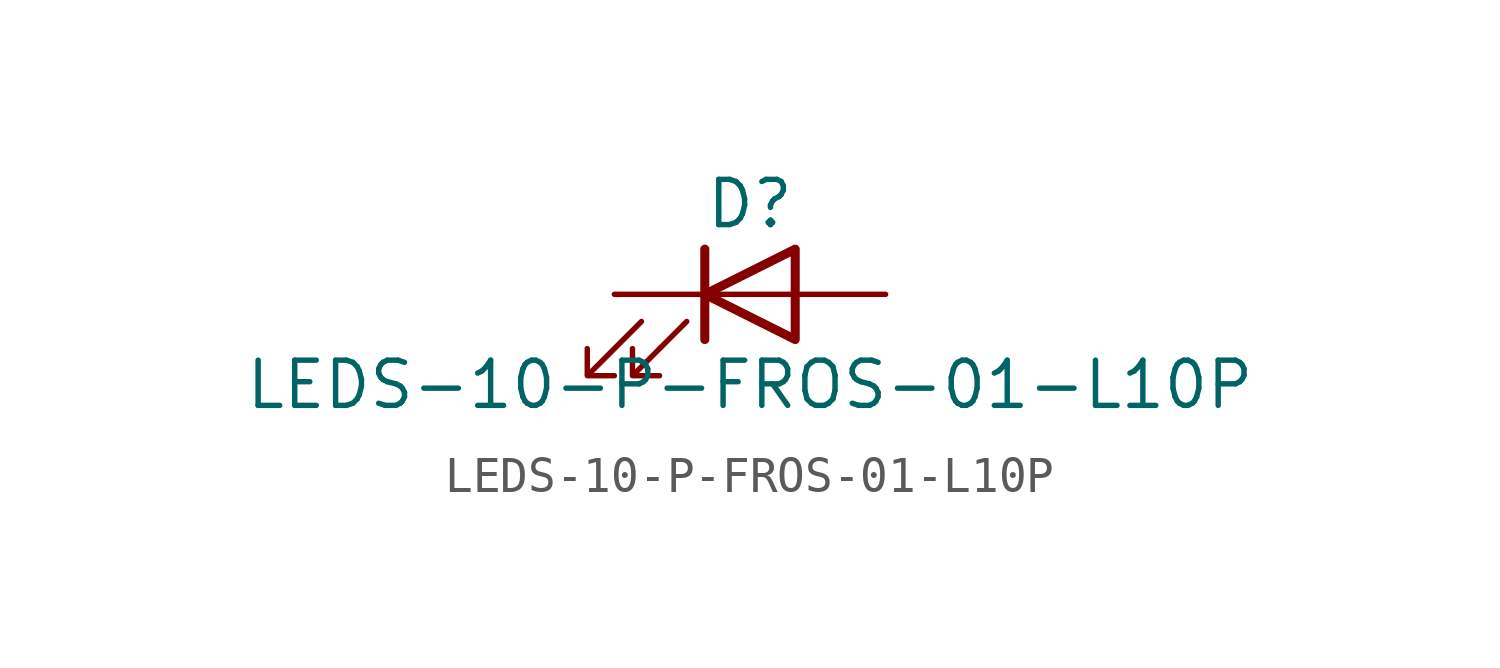
<source format=kicad_sym>
(kicad_symbol_lib
  (version 20211014)
  (generator kicad_symbol_editor)
  (symbol "LEDS-10-P-FROS-01-L10P"
    (pin_numbers hide)
    (pin_names
      (offset 1.016) hide)
    (property "Reference" "D"
      (at 0 2.54 0)
      (effects (font (size 1.27 1.27))))
    (property "Value" "LEDS-10-P-FROS-01-L10P"
      (at 0 -2.54 0)
      (effects (font (size 1.27 1.27))))
    (symbol "LEDS-10-P-FROS-01-L10P_0_1"
      (polyline (pts (xy -1.27 -1.27) (xy -1.27 1.27)) (stroke (width 0.254) (type default) (color 0 0 0 0)) (fill (type none)))
      (polyline (pts (xy -1.27 0) (xy 1.27 0)) (stroke (width 0) (type default) (color 0 0 0 0)) (fill (type none)))
      (polyline (pts (xy 1.27 -1.27) (xy 1.27 1.27) (xy -1.27 0) (xy 1.27 -1.27)) (stroke (width 0.254) (type default) (color 0 0 0 0)) (fill (type none)))
      (polyline (pts (xy -3.048 -0.762) (xy -4.572 -2.286) (xy -3.81 -2.286) (xy -4.572 -2.286) (xy -4.572 -1.524)) (stroke (width 0) (type default) (color 0 0 0 0)) (fill (type none)))
      (polyline (pts (xy -1.778 -0.762) (xy -3.302 -2.286) (xy -2.54 -2.286) (xy -3.302 -2.286) (xy -3.302 -1.524)) (stroke (width 0) (type default) (color 0 0 0 0)) (fill (type none))))
    (symbol "LEDS-10-P-FROS-01-L10P_1_1"
      (pin passive line (at -3.81 0 0) (length 2.54) (name "K" (effects (font (size 1.27 1.27)))) (number "1" (effects (font (size 1.27 1.27)))))
      (pin passive line (at 3.81 0 180) (length 2.54) (name "A" (effects (font (size 1.27 1.27)))) (number "2" (effects (font (size 1.27 1.27))))))))
</source>
